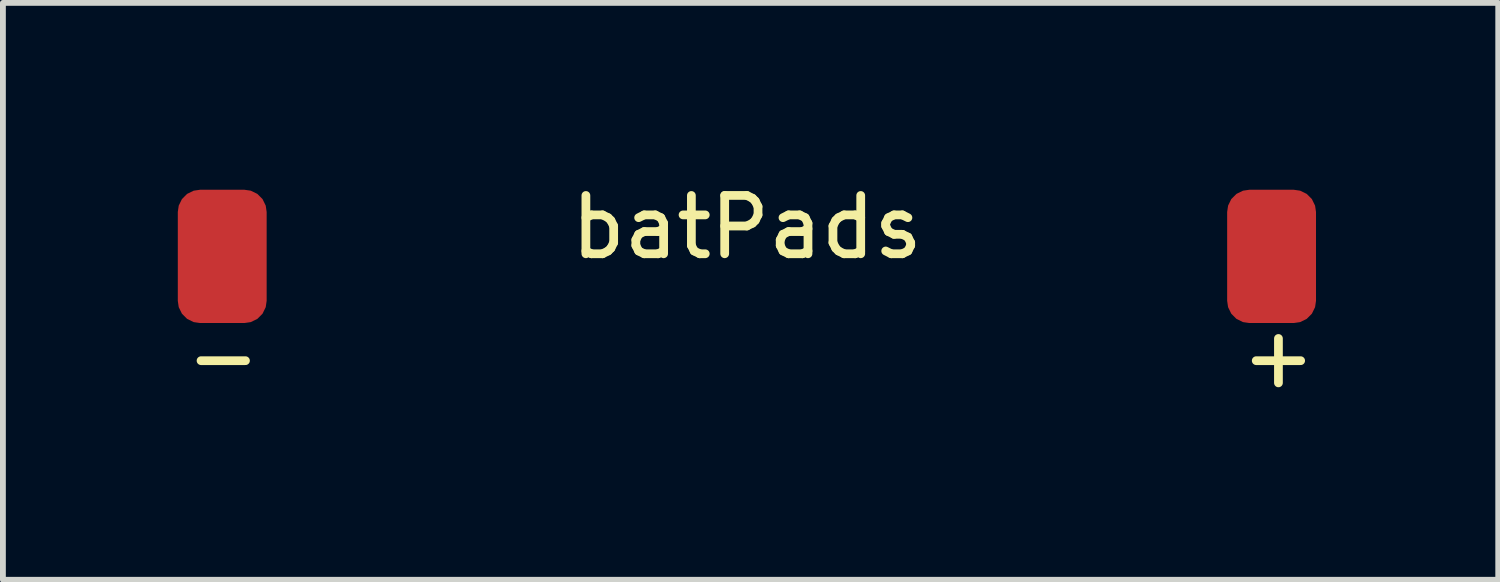
<source format=kicad_pcb>
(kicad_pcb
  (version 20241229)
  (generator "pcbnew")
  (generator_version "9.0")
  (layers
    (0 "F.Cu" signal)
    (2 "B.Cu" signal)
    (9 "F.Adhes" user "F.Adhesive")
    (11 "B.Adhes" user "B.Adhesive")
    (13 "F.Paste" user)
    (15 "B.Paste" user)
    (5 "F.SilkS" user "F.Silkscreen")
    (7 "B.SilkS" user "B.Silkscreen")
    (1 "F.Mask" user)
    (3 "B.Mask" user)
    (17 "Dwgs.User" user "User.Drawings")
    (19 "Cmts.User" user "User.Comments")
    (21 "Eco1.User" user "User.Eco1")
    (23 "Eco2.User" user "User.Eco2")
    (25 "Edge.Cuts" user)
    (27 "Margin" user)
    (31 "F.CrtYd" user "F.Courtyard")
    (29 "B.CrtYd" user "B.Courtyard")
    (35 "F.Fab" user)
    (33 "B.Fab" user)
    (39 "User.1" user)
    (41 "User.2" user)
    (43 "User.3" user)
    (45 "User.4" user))
  (footprint "batPads"
    (layer "F.Cu")
    (at 9.762 1.348)
    (property "Reference" "batPads" (at 0 -0.5 0) (unlocked yes) (layer "F.SilkS") (effects (font (size 1 1) (thickness 0.15))))
    (attr smd)
    (fp_text user "+" (at 8.4 2.3 0) (unlocked yes) (layer "F.SilkS") (effects (font (size 1 1) (thickness 0.15)) (justify left bottom)))
    (fp_text user "-" (at -9.7 2.3 0) (unlocked yes) (layer "F.SilkS") (effects (font (size 1 1) (thickness 0.15)) (justify left bottom)))
    (pad "Neg" smd roundrect (at 9 0 90) (size 2.286 1.524) (layers "F.Cu" "F.Mask" "F.Paste") (roundrect_rratio 0.25))
    (pad "Pos" smd roundrect (at -9 0 90) (size 2.286 1.524) (layers "F.Cu" "F.Mask" "F.Paste") (roundrect_rratio 0.25)))
  (gr_rect
    (start -3 -3)
    (end 22.65 6.895)
    (stroke (width 0.1) (type default))
    (fill no)
    (layer "Edge.Cuts")))
</source>
